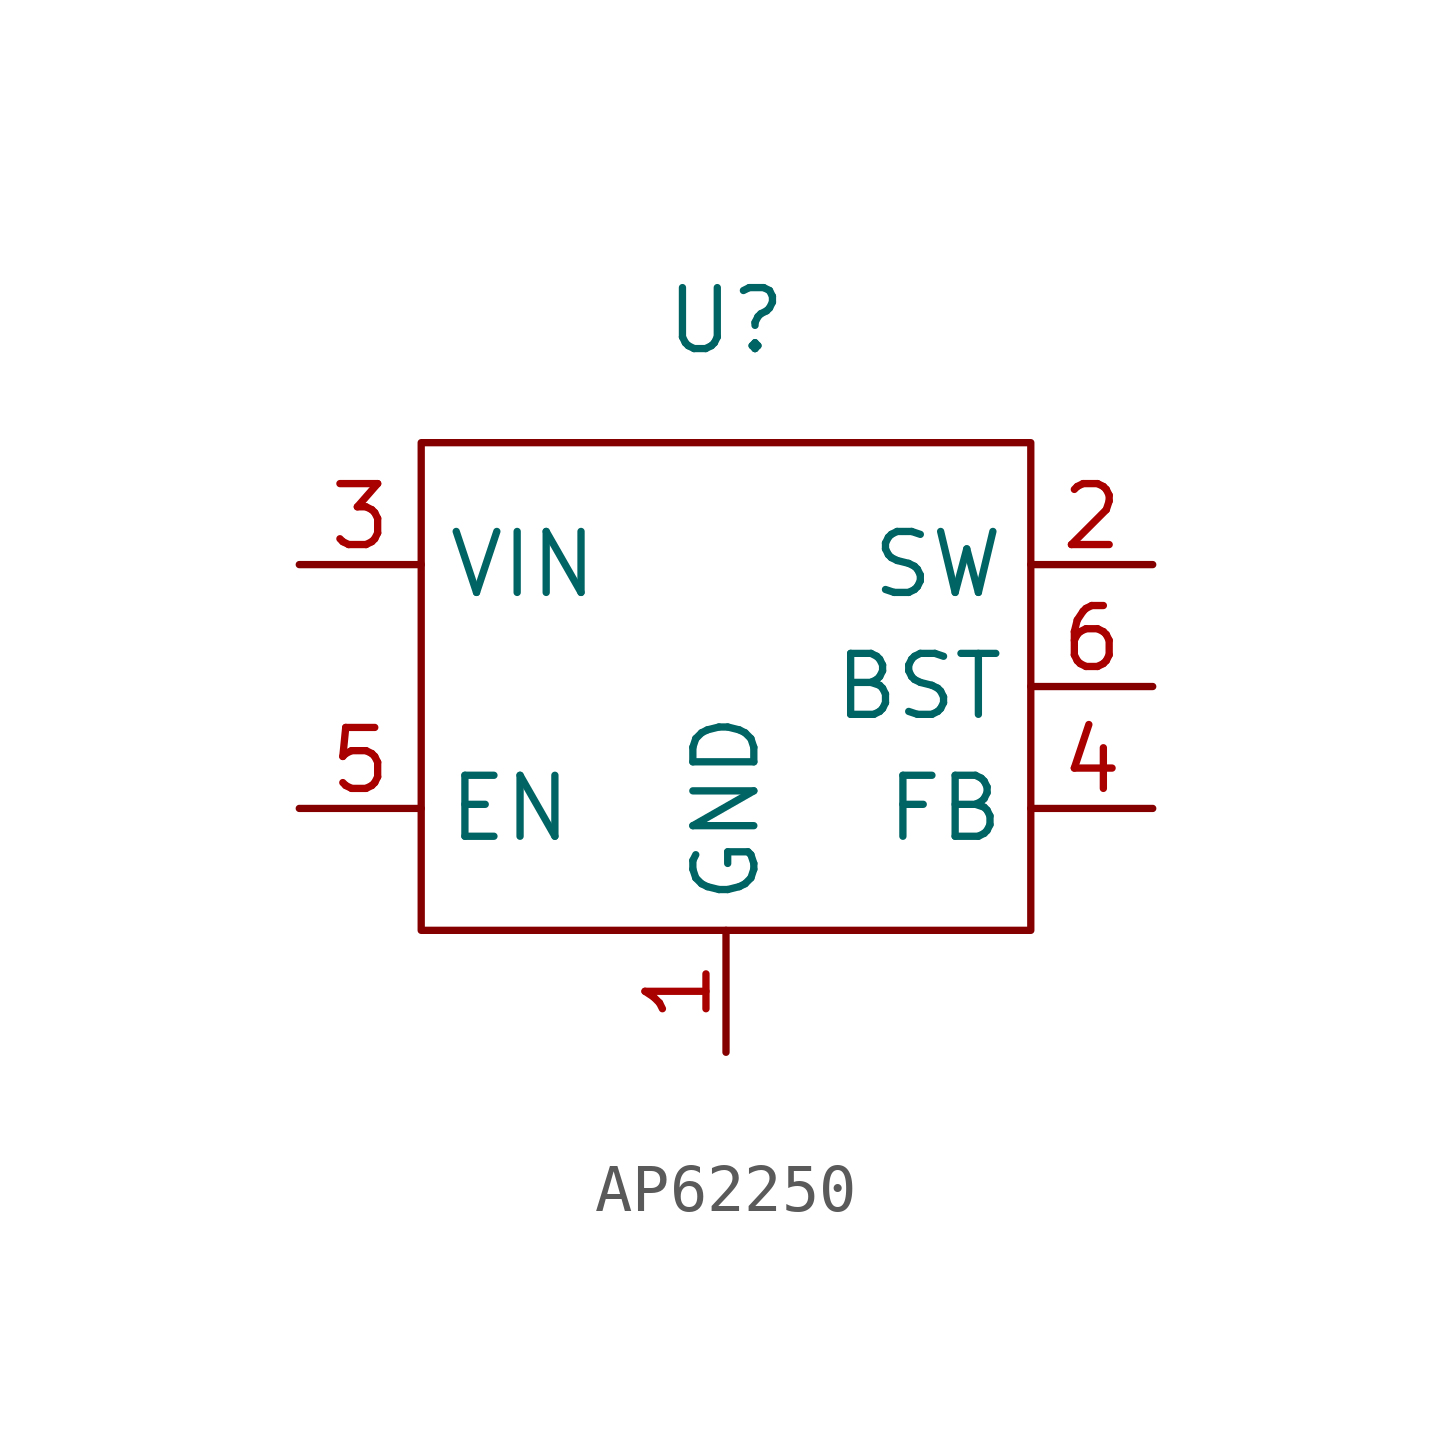
<source format=kicad_sym>
(kicad_symbol_lib
  (version 20220914)
  (generator kicad_symbol_editor)
  (symbol "AP62250"
    (property "Reference" "U"
      (at 0 7.62 0)
      (effects (font (size 1.27 1.27))))
    (property "Value" ""
      (at 0 0 0)
      (effects (font (size 1.27 1.27))))
    (property "ki_locked" ""
      (at 0 0 0)
      (effects (font (size 1.27 1.27))))
    (symbol "AP62250_0_1"
      (rectangle (start -6.35 5.08) (end 6.35 -5.08) (stroke (width 0) (type default)) (fill (type none))))
    (symbol "AP62250_1_1"
      (pin input line (at 0 -7.62 90) (length 2.54) (name "GND" (effects (font (size 1.27 1.27)))) (number "1" (effects (font (size 1.27 1.27)))))
      (pin output line (at 8.89 2.54 180) (length 2.54) (name "SW" (effects (font (size 1.27 1.27)))) (number "2" (effects (font (size 1.27 1.27)))))
      (pin input line (at -8.89 2.54 0) (length 2.54) (name "VIN" (effects (font (size 1.27 1.27)))) (number "3" (effects (font (size 1.27 1.27)))))
      (pin input line (at 8.89 -2.54 180) (length 2.54) (name "FB" (effects (font (size 1.27 1.27)))) (number "4" (effects (font (size 1.27 1.27)))))
      (pin input line (at -8.89 -2.54 0) (length 2.54) (name "EN" (effects (font (size 1.27 1.27)))) (number "5" (effects (font (size 1.27 1.27)))))
      (pin input line (at 8.89 0 180) (length 2.54) (name "BST" (effects (font (size 1.27 1.27)))) (number "6" (effects (font (size 1.27 1.27))))))))
</source>
